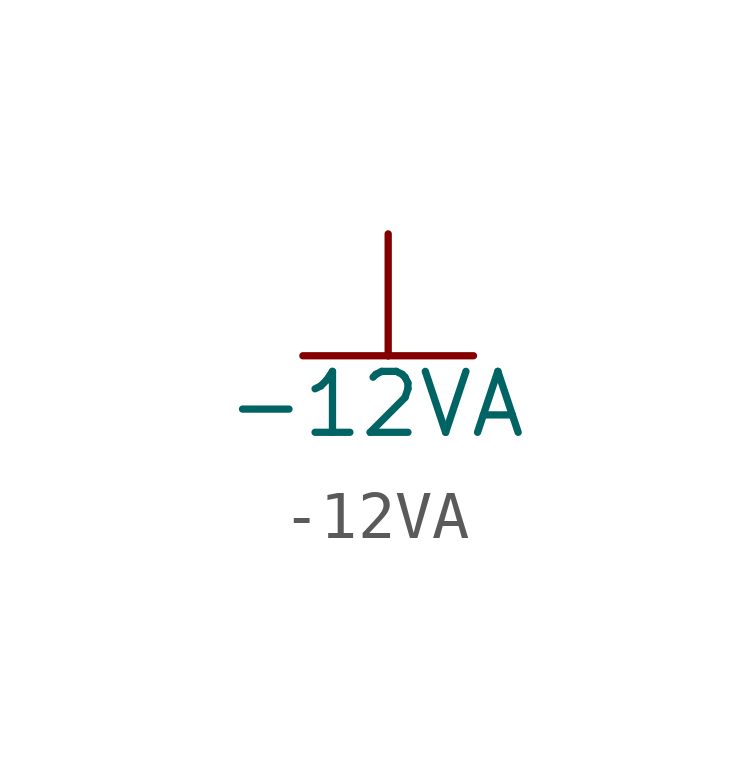
<source format=kicad_sym>
(kicad_symbol_lib
  (version 20220914)
  (generator kicad_symbol_editor)
  (symbol "-12VA"
    (power)
    (pin_numbers hide)
    (pin_names
      (offset 0) hide)
    (property "Reference" "#PWR"
      (at 0 -7.112 0)
      (effects (font (size 1.27 1.27)) hide))
    (property "Value" "-12VA"
      (at -0.254 -3.556 0)
      (effects (font (size 1.27 1.27))))
    (property "Footprint" ""
      (at 0 0 0)
      (effects (font (size 1.524 1.524))))
    (property "Datasheet" ""
      (at 0 0 0)
      (effects (font (size 1.524 1.524))))
    (symbol "-12VA_0_1"
      (polyline (pts (xy -1.778 -2.54) (xy 0 -2.54)) (stroke (width 0) (type default)) (fill (type none)))
      (polyline (pts (xy 0 -2.54) (xy 0 0)) (stroke (width 0) (type default)) (fill (type none)))
      (polyline (pts (xy 0 -2.54) (xy 1.778 -2.54)) (stroke (width 0) (type default)) (fill (type none))))
    (symbol "-12VA_1_1"
      (pin power_in line (at 0 0 270) (length 0) hide (name "-12VA" (effects (font (size 1.27 1.27)))) (number "1" (effects (font (size 1.27 1.27))))))))
</source>
